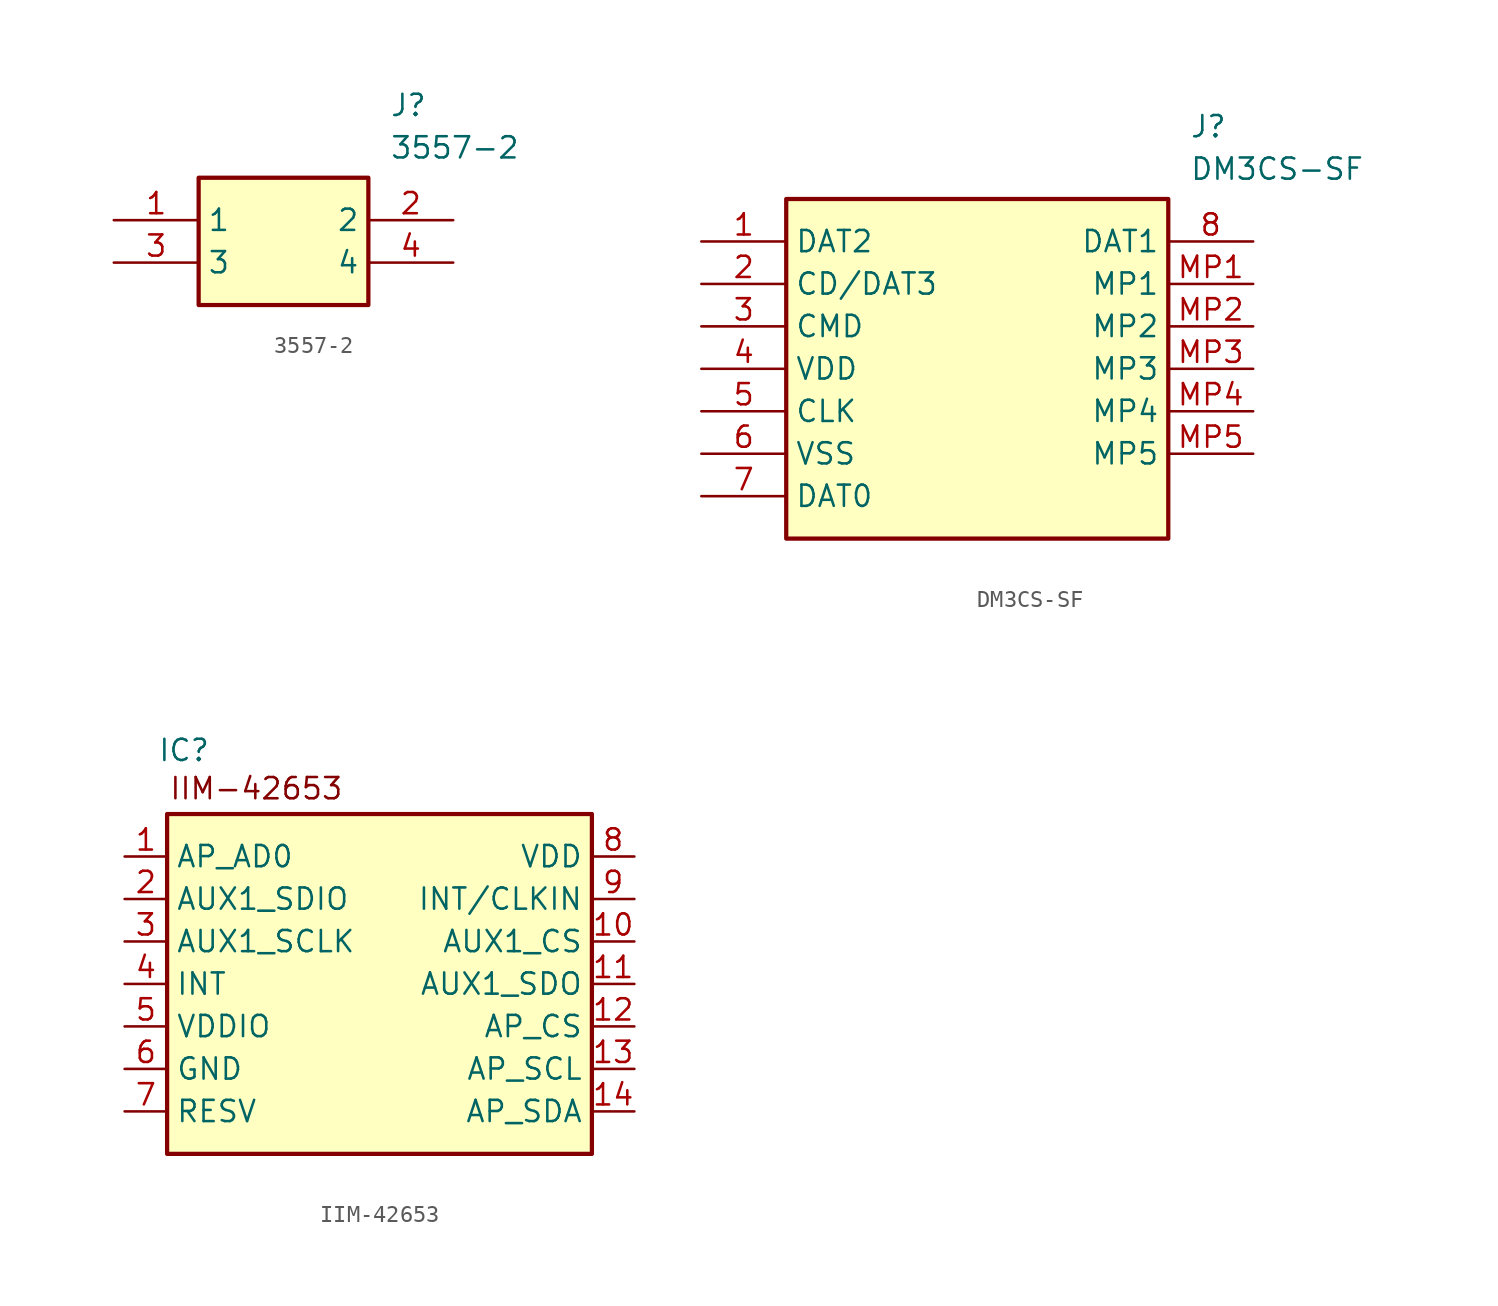
<source format=kicad_sym>
(kicad_symbol_lib
  (version 20241209)
  (generator "kicad_symbol_editor")
  (generator_version "9.0")
  (symbol "3557-2"
    (property "Reference" "J"
      (at 16.51 7.62 0)
      (effects (font (size 1.27 1.27)) (justify left top)))
    (property "Value" "3557-2"
      (at 16.51 5.08 0)
      (effects (font (size 1.27 1.27)) (justify left top)))
    (rectangle
      (start 5.08 2.54)
      (end 15.24 -5.08)
      (stroke (width 0.254) (type default))
      (fill (type background)))
    (pin passive line
      (at 0 0 0)
      (length 5.08)
      (name "1" (effects (font (size 1.27 1.27))))
      (number "1" (effects (font (size 1.27 1.27)))))
    (pin passive line
      (at 20.32 0 180)
      (length 5.08)
      (name "2" (effects (font (size 1.27 1.27))))
      (number "2" (effects (font (size 1.27 1.27)))))
    (pin passive line
      (at 0 -2.54 0)
      (length 5.08)
      (name "3" (effects (font (size 1.27 1.27))))
      (number "3" (effects (font (size 1.27 1.27)))))
    (pin passive line
      (at 20.32 -2.54 180)
      (length 5.08)
      (name "4" (effects (font (size 1.27 1.27))))
      (number "4" (effects (font (size 1.27 1.27))))))
  (symbol "DM3CS-SF"
    (property "Reference" "J"
      (at 29.21 7.62 0)
      (effects (font (size 1.27 1.27)) (justify left top)))
    (property "Value" "DM3CS-SF"
      (at 29.21 5.08 0)
      (effects (font (size 1.27 1.27)) (justify left top)))
    (rectangle
      (start 5.08 2.54)
      (end 27.94 -17.78)
      (stroke (width 0.254) (type default))
      (fill (type background)))
    (pin passive line
      (at 0 0 0)
      (length 5.08)
      (name "DAT2" (effects (font (size 1.27 1.27))))
      (number "1" (effects (font (size 1.27 1.27)))))
    (pin passive line
      (at 0 -2.54 0)
      (length 5.08)
      (name "CD/DAT3" (effects (font (size 1.27 1.27))))
      (number "2" (effects (font (size 1.27 1.27)))))
    (pin passive line
      (at 0 -5.08 0)
      (length 5.08)
      (name "CMD" (effects (font (size 1.27 1.27))))
      (number "3" (effects (font (size 1.27 1.27)))))
    (pin passive line
      (at 0 -7.62 0)
      (length 5.08)
      (name "VDD" (effects (font (size 1.27 1.27))))
      (number "4" (effects (font (size 1.27 1.27)))))
    (pin passive line
      (at 0 -10.16 0)
      (length 5.08)
      (name "CLK" (effects (font (size 1.27 1.27))))
      (number "5" (effects (font (size 1.27 1.27)))))
    (pin passive line
      (at 0 -12.7 0)
      (length 5.08)
      (name "VSS" (effects (font (size 1.27 1.27))))
      (number "6" (effects (font (size 1.27 1.27)))))
    (pin passive line
      (at 0 -15.24 0)
      (length 5.08)
      (name "DAT0" (effects (font (size 1.27 1.27))))
      (number "7" (effects (font (size 1.27 1.27)))))
    (pin passive line
      (at 33.02 0 180)
      (length 5.08)
      (name "DAT1" (effects (font (size 1.27 1.27))))
      (number "8" (effects (font (size 1.27 1.27)))))
    (pin passive line
      (at 33.02 -2.54 180)
      (length 5.08)
      (name "MP1" (effects (font (size 1.27 1.27))))
      (number "MP1" (effects (font (size 1.27 1.27)))))
    (pin passive line
      (at 33.02 -5.08 180)
      (length 5.08)
      (name "MP2" (effects (font (size 1.27 1.27))))
      (number "MP2" (effects (font (size 1.27 1.27)))))
    (pin passive line
      (at 33.02 -7.62 180)
      (length 5.08)
      (name "MP3" (effects (font (size 1.27 1.27))))
      (number "MP3" (effects (font (size 1.27 1.27)))))
    (pin passive line
      (at 33.02 -10.16 180)
      (length 5.08)
      (name "MP4" (effects (font (size 1.27 1.27))))
      (number "MP4" (effects (font (size 1.27 1.27)))))
    (pin passive line
      (at 33.02 -12.7 180)
      (length 5.08)
      (name "MP5" (effects (font (size 1.27 1.27))))
      (number "MP5" (effects (font (size 1.27 1.27))))))
  (symbol "IIM-42653"
    (property "Reference" "IC"
      (at -11.684 10.16 0)
      (effects (font (size 1.27 1.27))))
    (property "Value" ""
      (at 0 0 0)
      (effects (font (size 1.27 1.27))))
    (symbol "IIM-42653_0_1"
      (rectangle (start -12.7 6.35) (end 12.7 -13.97) (stroke (width 0.254) (type default)) (fill (type background))))
    (symbol "IIM-42653_1_1"
      (text "IIM-42653" (at -7.366 7.874 0) (effects (font (size 1.27 1.27))))
      (pin input line (at -15.24 3.81 0) (length 2.54) (name "AP_AD0" (effects (font (size 1.27 1.27)))) (number "1" (effects (font (size 1.27 1.27)))))
      (pin bidirectional line (at -15.24 1.27 0) (length 2.54) (name "AUX1_SDIO" (effects (font (size 1.27 1.27)))) (number "2" (effects (font (size 1.27 1.27)))))
      (pin input line (at -15.24 -1.27 0) (length 2.54) (name "AUX1_SCLK" (effects (font (size 1.27 1.27)))) (number "3" (effects (font (size 1.27 1.27)))))
      (pin output line (at -15.24 -3.81 0) (length 2.54) (name "INT" (effects (font (size 1.27 1.27)))) (number "4" (effects (font (size 1.27 1.27)))))
      (pin power_in line (at -15.24 -6.35 0) (length 2.54) (name "VDDIO" (effects (font (size 1.27 1.27)))) (number "5" (effects (font (size 1.27 1.27)))))
      (pin power_in line (at -15.24 -8.89 0) (length 2.54) (name "GND" (effects (font (size 1.27 1.27)))) (number "6" (effects (font (size 1.27 1.27)))))
      (pin power_in line (at -15.24 -11.43 0) (length 2.54) (name "RESV" (effects (font (size 1.27 1.27)))) (number "7" (effects (font (size 1.27 1.27)))))
      (pin power_in line (at 15.24 3.81 180) (length 2.54) (name "VDD" (effects (font (size 1.27 1.27)))) (number "8" (effects (font (size 1.27 1.27)))))
      (pin bidirectional line (at 15.24 1.27 180) (length 2.54) (name "INT/CLKIN" (effects (font (size 1.27 1.27)))) (number "9" (effects (font (size 1.27 1.27)))))
      (pin input line (at 15.24 -1.27 180) (length 2.54) (name "AUX1_CS" (effects (font (size 1.27 1.27)))) (number "10" (effects (font (size 1.27 1.27)))))
      (pin output line (at 15.24 -3.81 180) (length 2.54) (name "AUX1_SDO" (effects (font (size 1.27 1.27)))) (number "11" (effects (font (size 1.27 1.27)))))
      (pin input line (at 15.24 -6.35 180) (length 2.54) (name "AP_CS" (effects (font (size 1.27 1.27)))) (number "12" (effects (font (size 1.27 1.27)))))
      (pin input line (at 15.24 -8.89 180) (length 2.54) (name "AP_SCL" (effects (font (size 1.27 1.27)))) (number "13" (effects (font (size 1.27 1.27)))))
      (pin bidirectional line (at 15.24 -11.43 180) (length 2.54) (name "AP_SDA" (effects (font (size 1.27 1.27)))) (number "14" (effects (font (size 1.27 1.27))))))))
</source>
